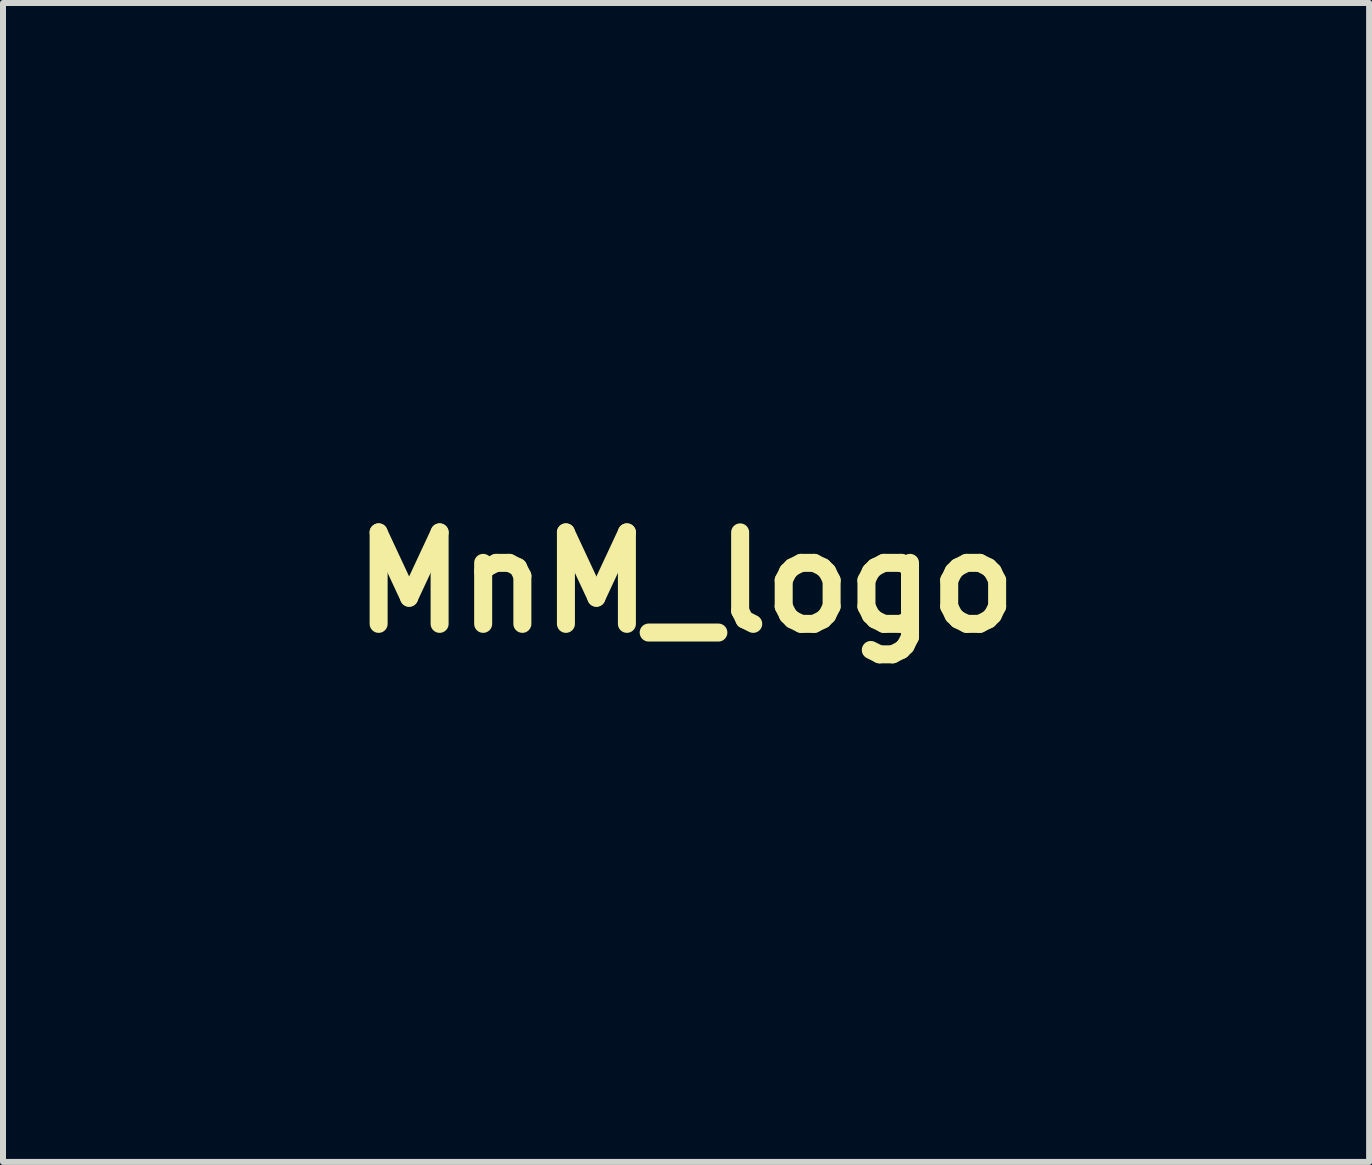
<source format=kicad_pcb>
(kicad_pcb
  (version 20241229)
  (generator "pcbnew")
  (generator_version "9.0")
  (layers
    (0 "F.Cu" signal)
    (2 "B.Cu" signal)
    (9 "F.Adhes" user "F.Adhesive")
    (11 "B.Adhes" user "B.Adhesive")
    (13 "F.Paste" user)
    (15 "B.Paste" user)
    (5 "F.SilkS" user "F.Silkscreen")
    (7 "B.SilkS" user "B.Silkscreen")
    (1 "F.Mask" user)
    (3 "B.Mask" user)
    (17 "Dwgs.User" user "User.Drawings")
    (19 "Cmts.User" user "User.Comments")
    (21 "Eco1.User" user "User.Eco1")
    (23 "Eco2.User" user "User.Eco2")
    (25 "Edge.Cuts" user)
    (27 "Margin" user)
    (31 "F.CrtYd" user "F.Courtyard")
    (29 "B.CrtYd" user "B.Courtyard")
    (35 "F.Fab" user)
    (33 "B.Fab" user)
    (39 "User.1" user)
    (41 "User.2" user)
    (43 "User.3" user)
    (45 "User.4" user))
  (footprint "MnM_logo"
    (layer "F.Cu")
    (at 8.375 6.655)
    (property "Reference" "MnM_logo" (at 0 0 0) (layer "F.SilkS") (effects (font (size 1.524 1.524) (thickness 0.3))))
    (attr through_hole)
    (fp_poly (pts (xy 0.408 -2.394) (xy 0.554 -2.371) (xy 0.749 -2.321) (xy 0.932 -2.25) (xy 1.104 -2.16) (xy 1.265 -2.049) (xy 1.413 -1.918) (xy 1.547 -1.772) (xy 1.658 -1.619) (xy 1.756 -1.448) (xy 1.841 -1.258) (xy 1.912 -1.051) (xy 1.97 -0.825) (xy 2.015 -0.58) (xy 2.02 -0.543) (xy 2.027 -0.49) (xy 2.034 -0.428) (xy 2.041 -0.361) (xy 2.048 -0.292) (xy 2.054 -0.227) (xy 2.059 -0.168) (xy 2.062 -0.12) (xy 2.063 -0.087) (xy 2.063 -0.073) (xy 2.062 -0.073) (xy 2.051 -0.072) (xy 2.018 -0.072) (xy 1.966 -0.071) (xy 1.896 -0.071) (xy 1.811 -0.07) (xy 1.713 -0.07) (xy 1.603 -0.069) (xy 1.483 -0.069) (xy 1.355 -0.068) (xy 1.221 -0.068) (xy 1.083 -0.068) (xy 0.944 -0.067) (xy 0.803 -0.067) (xy 0.665 -0.066) (xy 0.53 -0.066) (xy 0.401 -0.066) (xy 0.279 -0.066) (xy 0.166 -0.066) (xy 0.065 -0.066) (xy -0.024 -0.066) (xy -0.097 -0.066) (xy -0.153 -0.066) (xy -0.191 -0.066) (xy -0.208 -0.067) (xy -0.208 -0.067) (xy -0.338 -0.084) (xy -0.449 -0.113) (xy -0.541 -0.154) (xy -0.614 -0.207) (xy -0.67 -0.272) (xy -0.689 -0.306) (xy -0.711 -0.361) (xy -0.723 -0.426) (xy -0.725 -0.502) (xy -0.718 -0.592) (xy -0.7 -0.699) (xy -0.675 -0.814) (xy -0.669 -0.84) (xy -0.656 -0.886) (xy -0.639 -0.949) (xy -0.617 -1.027) (xy -0.592 -1.118) (xy -0.563 -1.219) (xy -0.533 -1.328) (xy -0.5 -1.441) (xy -0.467 -1.558) (xy -0.434 -1.675) (xy -0.401 -1.79) (xy -0.369 -1.901) (xy -0.339 -2.005) (xy -0.312 -2.1) (xy -0.288 -2.183) (xy -0.268 -2.252) (xy -0.252 -2.305) (xy -0.242 -2.339) (xy -0.241 -2.34) (xy -0.235 -2.358) (xy -0.225 -2.369) (xy -0.207 -2.377) (xy -0.175 -2.383) (xy -0.135 -2.388) (xy 0.049 -2.404) (xy 0.232 -2.406) (xy 0.408 -2.394)) (stroke (width 0.01) (type solid)) (fill no) (layer "Eco2.User"))
    (fp_poly (pts (xy 8.382 6.65) (xy -8.37 6.65) (xy -8.37 0.115) (xy -8.229 0.115) (xy -6.053 0.115) (xy -6.031 0.032) (xy -6.008 -0.052) (xy -6.095 -0.06) (xy -6.239 -0.079) (xy -6.363 -0.109) (xy -6.468 -0.149) (xy -6.555 -0.201) (xy -6.625 -0.264) (xy -6.679 -0.341) (xy -6.718 -0.431) (xy -6.721 -0.443) (xy -6.732 -0.48) (xy -6.738 -0.515) (xy -6.741 -0.552) (xy -6.742 -0.599) (xy -6.739 -0.663) (xy -6.739 -0.668) (xy -6.734 -0.746) (xy -6.725 -0.822) (xy -6.714 -0.888) (xy -6.709 -0.909) (xy -6.704 -0.928) (xy -6.692 -0.968) (xy -6.676 -1.027) (xy -6.654 -1.104) (xy -6.627 -1.198) (xy -6.596 -1.306) (xy -6.561 -1.43) (xy -6.522 -1.565) (xy -6.48 -1.713) (xy -6.435 -1.87) (xy -6.388 -2.037) (xy -6.338 -2.212) (xy -6.286 -2.392) (xy -6.232 -2.578) (xy -6.178 -2.768) (xy -6.123 -2.961) (xy -6.067 -3.155) (xy -6.011 -3.349) (xy -5.956 -3.542) (xy -5.901 -3.733) (xy -5.847 -3.92) (xy -5.795 -4.101) (xy -5.745 -4.277) (xy -5.696 -4.445) (xy -5.65 -4.604) (xy -5.607 -4.753) (xy -5.568 -4.891) (xy -5.531 -5.017) (xy -5.499 -5.128) (xy -5.471 -5.224) (xy -5.448 -5.304) (xy -5.43 -5.366) (xy -5.417 -5.409) (xy -5.411 -5.432) (xy -5.409 -5.436) (xy -5.408 -5.435) (xy -5.407 -5.432) (xy -5.405 -5.425) (xy -5.403 -5.414) (xy -5.401 -5.396) (xy -5.397 -5.373) (xy -5.394 -5.342) (xy -5.389 -5.304) (xy -5.383 -5.256) (xy -5.377 -5.199) (xy -5.369 -5.132) (xy -5.36 -5.053) (xy -5.35 -4.962) (xy -5.339 -4.857) (xy -5.326 -4.74) (xy -5.312 -4.607) (xy -5.296 -4.459) (xy -5.278 -4.294) (xy -5.259 -4.113) (xy -5.238 -3.913) (xy -5.214 -3.695) (xy -5.189 -3.457) (xy -5.161 -3.198) (xy -5.132 -2.918) (xy -5.102 -2.635) (xy -4.809 0.115) (xy -4.609 0.115) (xy -2.724 -2.61) (xy -2.568 -2.836) (xy -2.415 -3.057) (xy -2.266 -3.272) (xy -2.121 -3.481) (xy -1.981 -3.683) (xy -1.847 -3.877) (xy -1.719 -4.062) (xy -1.597 -4.237) (xy -1.483 -4.403) (xy -1.376 -4.557) (xy -1.277 -4.699) (xy -1.187 -4.829) (xy -1.105 -4.946) (xy -1.034 -5.049) (xy -0.973 -5.137) (xy -0.922 -5.21) (xy -0.883 -5.266) (xy -0.855 -5.305) (xy -0.84 -5.327) (xy -0.836 -5.331) (xy -0.839 -5.32) (xy -0.848 -5.288) (xy -0.862 -5.237) (xy -0.882 -5.168) (xy -0.906 -5.082) (xy -0.935 -4.982) (xy -0.967 -4.868) (xy -1.004 -4.742) (xy -1.043 -4.605) (xy -1.085 -4.46) (xy -1.129 -4.306) (xy -1.173 -4.156) (xy -1.219 -3.996) (xy -1.264 -3.842) (xy -1.307 -3.694) (xy -1.347 -3.556) (xy -1.384 -3.428) (xy -1.418 -3.311) (xy -1.448 -3.208) (xy -1.473 -3.119) (xy -1.494 -3.047) (xy -1.51 -2.992) (xy -1.52 -2.957) (xy -1.524 -2.943) (xy -1.532 -2.924) (xy -1.546 -2.904) (xy -1.57 -2.88) (xy -1.606 -2.85) (xy -1.659 -2.81) (xy -1.664 -2.806) (xy -1.748 -2.739) (xy -1.837 -2.66) (xy -1.928 -2.574) (xy -2.014 -2.487) (xy -2.09 -2.403) (xy -2.12 -2.367) (xy -2.26 -2.177) (xy -2.384 -1.972) (xy -2.494 -1.753) (xy -2.588 -1.519) (xy -2.668 -1.268) (xy -2.733 -1.001) (xy -2.784 -0.716) (xy -2.821 -0.414) (xy -2.832 -0.283) (xy -2.846 -0.098) (xy -2.921 -0.084) (xy -2.963 -0.078) (xy -3.02 -0.071) (xy -3.085 -0.066) (xy -3.142 -0.062) (xy -3.288 -0.054) (xy -3.306 0.01) (xy -3.317 0.049) (xy -3.327 0.082) (xy -3.331 0.095) (xy -3.333 0.102) (xy -3.328 0.107) (xy -3.316 0.111) (xy -3.293 0.113) (xy -3.257 0.114) (xy -3.204 0.115) (xy -3.132 0.115) (xy -3.095 0.115) (xy -2.852 0.115) (xy -2.852 1.637) (xy -2.852 3.158) (xy -2.324 3.156) (xy -2.215 3.155) (xy -2.113 3.155) (xy -2.02 3.154) (xy -1.938 3.154) (xy -1.87 3.154) (xy -1.819 3.153) (xy -1.786 3.153) (xy -1.775 3.153) (xy -1.772 3.152) (xy -1.77 3.148) (xy -1.767 3.141) (xy -1.765 3.129) (xy -1.763 3.111) (xy -1.762 3.086) (xy -1.76 3.053) (xy -1.759 3.01) (xy -1.758 2.956) (xy -1.757 2.891) (xy -1.757 2.813) (xy -1.756 2.72) (xy -1.756 2.613) (xy -1.755 2.489) (xy -1.755 2.348) (xy -1.755 2.187) (xy -1.755 2.007) (xy -1.755 1.806) (xy -1.755 1.634) (xy -1.755 0.115) (xy -0.898 0.113) (xy -0.72 0.112) (xy -0.564 0.112) (xy -0.428 0.112) (xy -0.309 0.111) (xy -0.208 0.112) (xy -0.121 0.112) (xy -0.048 0.113) (xy 0.014 0.113) (xy 0.066 0.115) (xy 0.11 0.116) (xy 0.147 0.118) (xy 0.179 0.12) (xy 0.208 0.122) (xy 0.234 0.125) (xy 0.26 0.128) (xy 0.365 0.148) (xy 0.46 0.18) (xy 0.551 0.227) (xy 0.641 0.29) (xy 0.735 0.373) (xy 0.74 0.378) (xy 0.833 0.468) (xy 0.225 2.546) (xy 0.161 2.766) (xy 0.097 2.984) (xy 0.034 3.198) (xy -0.027 3.408) (xy -0.087 3.612) (xy -0.144 3.808) (xy -0.199 3.995) (xy -0.251 4.172) (xy -0.299 4.337) (xy -0.343 4.49) (xy -0.384 4.627) (xy -0.419 4.749) (xy -0.45 4.854) (xy -0.475 4.94) (xy -0.495 5.006) (xy -0.503 5.034) (xy -0.542 5.168) (xy -0.577 5.283) (xy -0.607 5.38) (xy -0.635 5.462) (xy -0.66 5.532) (xy -0.683 5.593) (xy -0.706 5.647) (xy -0.73 5.697) (xy -0.734 5.706) (xy -0.803 5.826) (xy -0.883 5.94) (xy -0.971 6.043) (xy -1.065 6.133) (xy -1.162 6.207) (xy -1.258 6.261) (xy -1.265 6.264) (xy -1.345 6.294) (xy -1.441 6.319) (xy -1.544 6.338) (xy -1.631 6.348) (xy -1.737 6.356) (xy -1.751 6.417) (xy -1.76 6.457) (xy -1.768 6.493) (xy -1.771 6.506) (xy -1.778 6.535) (xy 0.399 6.535) (xy 0.419 6.457) (xy 0.429 6.416) (xy 0.436 6.383) (xy 0.439 6.366) (xy 0.439 6.366) (xy 0.428 6.359) (xy 0.396 6.353) (xy 0.348 6.348) (xy 0.332 6.346) (xy 0.192 6.329) (xy 0.069 6.298) (xy -0.036 6.252) (xy -0.123 6.192) (xy -0.193 6.117) (xy -0.246 6.029) (xy -0.262 5.994) (xy -0.273 5.963) (xy -0.279 5.931) (xy -0.283 5.891) (xy -0.286 5.836) (xy -0.287 5.813) (xy -0.287 5.731) (xy -0.283 5.662) (xy -0.274 5.596) (xy -0.268 5.564) (xy -0.262 5.542) (xy -0.251 5.498) (xy -0.234 5.435) (xy -0.211 5.353) (xy -0.183 5.254) (xy -0.15 5.138) (xy -0.113 5.006) (xy -0.072 4.86) (xy -0.026 4.7) (xy 0.022 4.529) (xy 0.074 4.346) (xy 0.129 4.153) (xy 0.187 3.952) (xy 0.247 3.743) (xy 0.308 3.527) (xy 0.372 3.306) (xy 0.4 3.209) (xy 0.476 2.944) (xy 0.546 2.702) (xy 0.61 2.479) (xy 0.668 2.277) (xy 0.721 2.093) (xy 0.769 1.927) (xy 0.812 1.778) (xy 0.851 1.645) (xy 0.885 1.528) (xy 0.915 1.425) (xy 0.942 1.336) (xy 0.965 1.26) (xy 0.984 1.195) (xy 1.001 1.142) (xy 1.015 1.099) (xy 1.026 1.065) (xy 1.035 1.04) (xy 1.042 1.022) (xy 1.047 1.012) (xy 1.05 1.007) (xy 1.053 1.007) (xy 1.054 1.01) (xy 1.056 1.026) (xy 1.06 1.064) (xy 1.067 1.122) (xy 1.075 1.2) (xy 1.086 1.297) (xy 1.098 1.413) (xy 1.113 1.544) (xy 1.129 1.692) (xy 1.146 1.855) (xy 1.165 2.031) (xy 1.185 2.22) (xy 1.207 2.421) (xy 1.229 2.632) (xy 1.253 2.854) (xy 1.278 3.083) (xy 1.303 3.321) (xy 1.329 3.565) (xy 1.352 3.781) (xy 1.378 4.03) (xy 1.404 4.272) (xy 1.429 4.508) (xy 1.453 4.736) (xy 1.477 4.954) (xy 1.499 5.163) (xy 1.52 5.361) (xy 1.54 5.546) (xy 1.558 5.719) (xy 1.575 5.878) (xy 1.591 6.021) (xy 1.605 6.149) (xy 1.616 6.259) (xy 1.627 6.351) (xy 1.635 6.425) (xy 1.641 6.478) (xy 1.644 6.51) (xy 1.646 6.52) (xy 1.658 6.528) (xy 1.689 6.533) (xy 1.741 6.534) (xy 1.746 6.534) (xy 1.841 6.534) (xy 3.728 3.804) (xy 3.885 3.577) (xy 4.038 3.356) (xy 4.187 3.14) (xy 4.332 2.931) (xy 4.471 2.729) (xy 4.606 2.535) (xy 4.734 2.35) (xy 4.856 2.174) (xy 4.97 2.009) (xy 5.077 1.854) (xy 5.176 1.711) (xy 5.267 1.581) (xy 5.348 1.464) (xy 5.42 1.361) (xy 5.481 1.273) (xy 5.532 1.2) (xy 5.571 1.143) (xy 5.599 1.103) (xy 5.615 1.081) (xy 5.618 1.077) (xy 5.616 1.088) (xy 5.608 1.119) (xy 5.595 1.166) (xy 5.578 1.226) (xy 5.558 1.295) (xy 5.541 1.357) (xy 5.522 1.422) (xy 5.497 1.507) (xy 5.466 1.612) (xy 5.431 1.735) (xy 5.39 1.875) (xy 5.345 2.03) (xy 5.296 2.198) (xy 5.244 2.38) (xy 5.188 2.572) (xy 5.129 2.774) (xy 5.069 2.984) (xy 5.006 3.201) (xy 4.941 3.423) (xy 4.875 3.65) (xy 4.809 3.879) (xy 4.742 4.11) (xy 4.675 4.341) (xy 4.609 4.57) (xy 4.556 4.751) (xy 4.51 4.91) (xy 4.469 5.049) (xy 4.434 5.17) (xy 4.403 5.274) (xy 4.376 5.363) (xy 4.352 5.44) (xy 4.33 5.505) (xy 4.311 5.561) (xy 4.293 5.61) (xy 4.277 5.654) (xy 4.26 5.694) (xy 4.243 5.733) (xy 4.225 5.771) (xy 4.157 5.9) (xy 4.087 6.008) (xy 4.01 6.098) (xy 3.925 6.171) (xy 3.83 6.23) (xy 3.723 6.276) (xy 3.657 6.297) (xy 3.553 6.321) (xy 3.435 6.34) (xy 3.31 6.351) (xy 3.262 6.353) (xy 3.169 6.356) (xy 3.144 6.431) (xy 3.131 6.471) (xy 3.122 6.503) (xy 3.118 6.52) (xy 3.122 6.522) (xy 3.135 6.524) (xy 3.158 6.526) (xy 3.192 6.527) (xy 3.237 6.529) (xy 3.295 6.53) (xy 3.367 6.531) (xy 3.454 6.532) (xy 3.556 6.533) (xy 3.675 6.533) (xy 3.811 6.534) (xy 3.966 6.534) (xy 4.14 6.534) (xy 4.334 6.535) (xy 4.55 6.535) (xy 4.76 6.535) (xy 6.403 6.535) (xy 6.423 6.453) (xy 6.432 6.412) (xy 6.437 6.38) (xy 6.437 6.363) (xy 6.437 6.362) (xy 6.424 6.358) (xy 6.393 6.354) (xy 6.348 6.35) (xy 6.307 6.347) (xy 6.169 6.334) (xy 6.05 6.312) (xy 5.952 6.279) (xy 5.874 6.236) (xy 5.83 6.2) (xy 5.788 6.149) (xy 5.757 6.093) (xy 5.737 6.028) (xy 5.729 5.953) (xy 5.731 5.864) (xy 5.744 5.76) (xy 5.768 5.639) (xy 5.778 5.594) (xy 5.785 5.57) (xy 5.797 5.526) (xy 5.815 5.462) (xy 5.838 5.38) (xy 5.866 5.281) (xy 5.898 5.166) (xy 5.935 5.037) (xy 5.975 4.895) (xy 6.019 4.741) (xy 6.066 4.577) (xy 6.116 4.404) (xy 6.168 4.223) (xy 6.221 4.036) (xy 6.276 3.844) (xy 6.333 3.648) (xy 6.39 3.449) (xy 6.447 3.25) (xy 6.505 3.05) (xy 6.562 2.852) (xy 6.618 2.657) (xy 6.673 2.465) (xy 6.727 2.28) (xy 6.779 2.101) (xy 6.828 1.93) (xy 6.875 1.768) (xy 6.919 1.617) (xy 6.959 1.478) (xy 6.996 1.352) (xy 7.028 1.241) (xy 7.056 1.146) (xy 7.079 1.068) (xy 7.097 1.008) (xy 7.109 0.968) (xy 7.114 0.953) (xy 7.16 0.83) (xy 7.21 0.712) (xy 7.263 0.605) (xy 7.316 0.515) (xy 7.32 0.509) (xy 7.393 0.411) (xy 7.472 0.329) (xy 7.562 0.261) (xy 7.663 0.207) (xy 7.778 0.166) (xy 7.909 0.135) (xy 8.06 0.113) (xy 8.071 0.112) (xy 8.212 0.098) (xy 8.232 0.04) (xy 8.245 0.002) (xy 8.256 -0.031) (xy 8.26 -0.043) (xy 8.268 -0.069) (xy 5.96 -0.069) (xy 4.444 2.121) (xy 4.303 2.325) (xy 4.165 2.524) (xy 4.031 2.718) (xy 3.901 2.906) (xy 3.776 3.087) (xy 3.656 3.26) (xy 3.543 3.424) (xy 3.436 3.578) (xy 3.337 3.721) (xy 3.245 3.854) (xy 3.162 3.973) (xy 3.089 4.08) (xy 3.025 4.173) (xy 2.971 4.25) (xy 2.928 4.312) (xy 2.897 4.357) (xy 2.878 4.384) (xy 2.873 4.392) (xy 2.846 4.428) (xy 2.826 4.45) (xy 2.814 4.457) (xy 2.813 4.455) (xy 2.811 4.441) (xy 2.806 4.406) (xy 2.8 4.354) (xy 2.793 4.286) (xy 2.784 4.205) (xy 2.774 4.115) (xy 2.764 4.017) (xy 2.753 3.914) (xy 2.742 3.808) (xy 2.731 3.703) (xy 2.72 3.601) (xy 2.71 3.504) (xy 2.701 3.415) (xy 2.693 3.336) (xy 2.686 3.271) (xy 2.682 3.221) (xy 2.679 3.189) (xy 2.678 3.18) (xy 2.679 3.171) (xy 2.684 3.165) (xy 2.695 3.16) (xy 2.716 3.157) (xy 2.75 3.156) (xy 2.8 3.155) (xy 2.869 3.155) (xy 2.889 3.154) (xy 2.959 3.154) (xy 3.023 3.154) (xy 3.076 3.153) (xy 3.114 3.153) (xy 3.132 3.153) (xy 3.165 3.152) (xy 3.16 1.394) (xy 3.16 1.15) (xy 3.159 0.928) (xy 3.159 0.727) (xy 3.158 0.544) (xy 3.157 0.38) (xy 3.156 0.233) (xy 3.155 0.101) (xy 3.154 -0.016) (xy 3.153 -0.12) (xy 3.151 -0.213) (xy 3.149 -0.295) (xy 3.146 -0.367) (xy 3.143 -0.432) (xy 3.14 -0.489) (xy 3.136 -0.542) (xy 3.132 -0.59) (xy 3.127 -0.634) (xy 3.122 -0.677) (xy 3.115 -0.72) (xy 3.109 -0.763) (xy 3.101 -0.808) (xy 3.093 -0.857) (xy 3.089 -0.88) (xy 3.031 -1.155) (xy 2.956 -1.416) (xy 2.864 -1.663) (xy 2.755 -1.896) (xy 2.628 -2.114) (xy 2.485 -2.316) (xy 2.325 -2.502) (xy 2.149 -2.673) (xy 2.12 -2.698) (xy 1.926 -2.849) (xy 1.72 -2.981) (xy 1.502 -3.092) (xy 1.273 -3.184) (xy 1.031 -3.257) (xy 0.777 -3.31) (xy 0.511 -3.344) (xy 0.292 -3.356) (xy 0.221 -3.359) (xy 0.159 -3.362) (xy 0.109 -3.365) (xy 0.074 -3.369) (xy 0.058 -3.372) (xy 0.058 -3.373) (xy 0.061 -3.385) (xy 0.07 -3.417) (xy 0.084 -3.467) (xy 0.103 -3.534) (xy 0.126 -3.616) (xy 0.153 -3.71) (xy 0.183 -3.815) (xy 0.215 -3.928) (xy 0.25 -4.048) (xy 0.286 -4.173) (xy 0.323 -4.302) (xy 0.36 -4.431) (xy 0.397 -4.559) (xy 0.433 -4.685) (xy 0.468 -4.806) (xy 0.501 -4.92) (xy 0.531 -5.026) (xy 0.559 -5.121) (xy 0.583 -5.204) (xy 0.603 -5.272) (xy 0.618 -5.325) (xy 0.626 -5.351) (xy 0.64 -5.396) (xy 0.66 -5.454) (xy 0.683 -5.517) (xy 0.7 -5.563) (xy 0.766 -5.718) (xy 0.835 -5.852) (xy 0.911 -5.965) (xy 0.994 -6.059) (xy 1.087 -6.136) (xy 1.191 -6.197) (xy 1.309 -6.243) (xy 1.441 -6.276) (xy 1.59 -6.297) (xy 1.644 -6.301) (xy 1.759 -6.31) (xy 1.778 -6.367) (xy 1.791 -6.406) (xy 1.802 -6.439) (xy 1.806 -6.451) (xy 1.814 -6.477) (xy 0.657 -6.474) (xy -0.499 -6.471) (xy -2.059 -4.218) (xy -2.202 -4.012) (xy -2.341 -3.812) (xy -2.476 -3.617) (xy -2.606 -3.429) (xy -2.731 -3.249) (xy -2.851 -3.077) (xy -2.964 -2.914) (xy -3.07 -2.761) (xy -3.169 -2.619) (xy -3.26 -2.488) (xy -3.343 -2.37) (xy -3.416 -2.266) (xy -3.48 -2.175) (xy -3.533 -2.099) (xy -3.575 -2.04) (xy -3.606 -1.996) (xy -3.625 -1.971) (xy -3.631 -1.963) (xy -3.634 -1.974) (xy -3.639 -2.007) (xy -3.646 -2.061) (xy -3.655 -2.135) (xy -3.666 -2.227) (xy -3.679 -2.337) (xy -3.693 -2.464) (xy -3.709 -2.606) (xy -3.727 -2.762) (xy -3.745 -2.932) (xy -3.765 -3.114) (xy -3.786 -3.307) (xy -3.8 -3.437) (xy -3.822 -3.638) (xy -3.844 -3.844) (xy -3.866 -4.052) (xy -3.889 -4.262) (xy -3.911 -4.469) (xy -3.933 -4.672) (xy -3.954 -4.868) (xy -3.974 -5.054) (xy -3.992 -5.229) (xy -4.009 -5.389) (xy -4.025 -5.531) (xy -4.038 -5.655) (xy -4.042 -5.695) (xy -4.127 -6.477) (xy -5.304 -6.474) (xy -6.481 -6.471) (xy -6.5 -6.413) (xy -6.515 -6.371) (xy -6.525 -6.341) (xy -6.525 -6.322) (xy -6.514 -6.311) (xy -6.489 -6.306) (xy -6.447 -6.303) (xy -6.385 -6.3) (xy -6.379 -6.3) (xy -6.255 -6.291) (xy -6.15 -6.277) (xy -6.06 -6.256) (xy -5.981 -6.227) (xy -5.909 -6.19) (xy -5.871 -6.166) (xy -5.816 -6.124) (xy -5.757 -6.075) (xy -5.701 -6.023) (xy -5.659 -5.979) (xy -5.622 -5.936) (xy -5.91 -4.951) (xy -5.952 -4.809) (xy -5.999 -4.647) (xy -6.051 -4.468) (xy -6.108 -4.276) (xy -6.167 -4.072) (xy -6.229 -3.86) (xy -6.293 -3.642) (xy -6.358 -3.421) (xy -6.422 -3.201) (xy -6.486 -2.982) (xy -6.548 -2.769) (xy -6.608 -2.564) (xy -6.627 -2.5) (xy -6.68 -2.319) (xy -6.731 -2.144) (xy -6.78 -1.976) (xy -6.828 -1.815) (xy -6.872 -1.663) (xy -6.914 -1.522) (xy -6.952 -1.393) (xy -6.986 -1.278) (xy -7.016 -1.177) (xy -7.041 -1.093) (xy -7.061 -1.026) (xy -7.075 -0.978) (xy -7.084 -0.951) (xy -7.085 -0.947) (xy -7.137 -0.814) (xy -7.202 -0.681) (xy -7.277 -0.555) (xy -7.358 -0.441) (xy -7.412 -0.378) (xy -7.502 -0.289) (xy -7.595 -0.217) (xy -7.696 -0.16) (xy -7.807 -0.117) (xy -7.932 -0.086) (xy -8.069 -0.065) (xy -8.189 -0.051) (xy -8.209 0.032) (xy -8.229 0.115) (xy -8.37 0.115) (xy -8.37 -6.65) (xy 8.382 -6.65) (xy 8.382 6.65)) (stroke (width 0.01) (type solid)) (fill no) (layer "Eco2.User")))
  (gr_rect
    (start -3 -3)
    (end 19.762 16.31)
    (stroke (width 0.1) (type default))
    (fill no)
    (layer "Edge.Cuts")))
</source>
